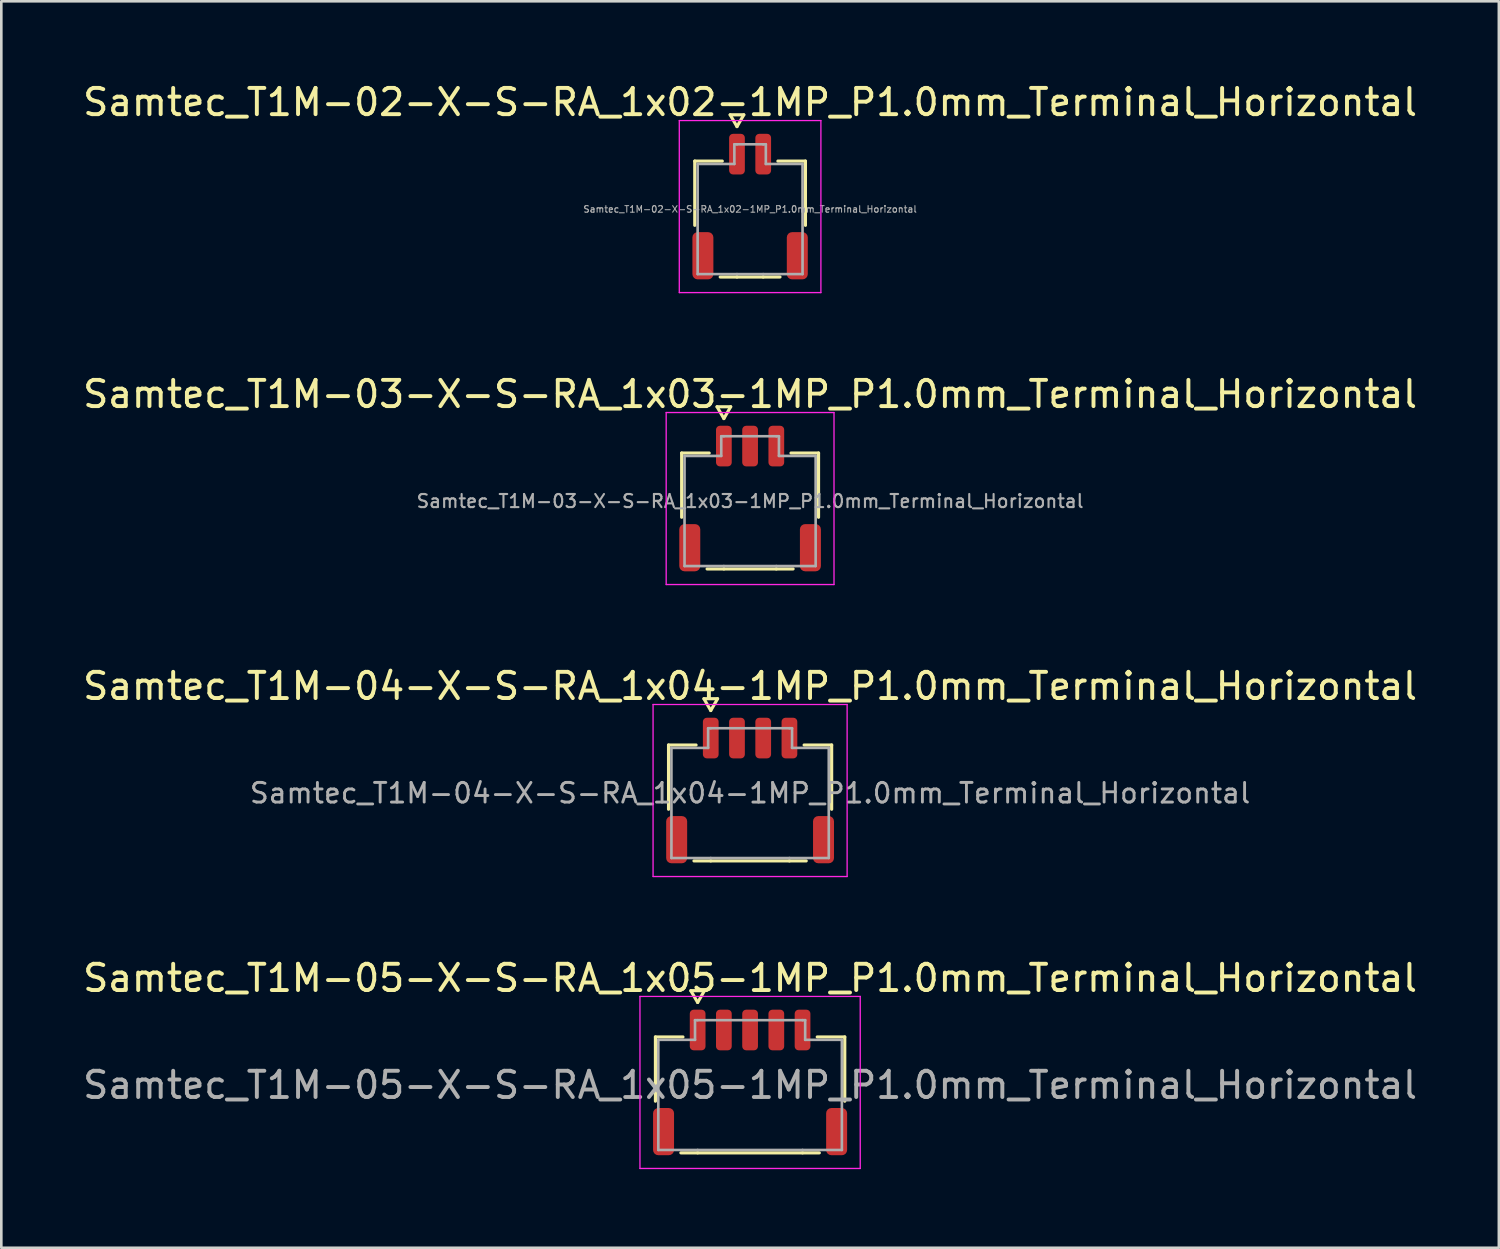
<source format=kicad_pcb>
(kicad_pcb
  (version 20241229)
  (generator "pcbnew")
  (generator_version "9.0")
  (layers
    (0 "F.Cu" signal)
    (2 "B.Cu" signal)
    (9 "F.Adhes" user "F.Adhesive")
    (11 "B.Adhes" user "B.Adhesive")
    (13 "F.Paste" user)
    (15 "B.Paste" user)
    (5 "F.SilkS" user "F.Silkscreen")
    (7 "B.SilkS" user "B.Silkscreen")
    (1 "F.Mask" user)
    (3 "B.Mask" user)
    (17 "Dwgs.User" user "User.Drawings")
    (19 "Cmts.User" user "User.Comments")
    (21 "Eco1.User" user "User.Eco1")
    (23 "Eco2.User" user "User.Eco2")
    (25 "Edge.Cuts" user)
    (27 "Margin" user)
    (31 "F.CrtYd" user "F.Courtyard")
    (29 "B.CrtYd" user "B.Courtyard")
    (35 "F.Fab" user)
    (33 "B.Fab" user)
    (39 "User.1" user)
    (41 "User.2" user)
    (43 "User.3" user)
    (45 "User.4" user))
  (footprint "Samtec_T1M-03-X-S-RA_1x03-1MP_P1.0mm_Terminal_Horizontal"
    (layer "F.Cu")
    (at 25.554 16.061)
    (property "Reference" "Samtec_T1M-03-X-S-RA_1x03-1MP_P1.0mm_Terminal_Horizontal" (at 0 -4.08 0) (layer "F.SilkS") (effects (font (size 1 1) (thickness 0.15))))
    (attr smd)
    (fp_line (start -2.61 -1.835) (end -1.56 -1.835) (stroke (width 0.12) (type solid)) (layer "F.SilkS"))
    (fp_line (start -2.61 0.615) (end -2.61 -1.835) (stroke (width 0.12) (type solid)) (layer "F.SilkS"))
    (fp_line (start -1.26 -3.6) (end -1 -3.15) (stroke (width 0.12) (type solid)) (layer "F.SilkS"))
    (fp_line (start -1 -3.15) (end -0.74 -3.6) (stroke (width 0.12) (type solid)) (layer "F.SilkS"))
    (fp_line (start -1 2.585) (end -1.64 2.585) (stroke (width 0.12) (type solid)) (layer "F.SilkS"))
    (fp_line (start -0.74 -3.6) (end -1.26 -3.6) (stroke (width 0.12) (type solid)) (layer "F.SilkS"))
    (fp_line (start 1 2.585) (end -1 2.585) (stroke (width 0.12) (type solid)) (layer "F.SilkS"))
    (fp_line (start 1.56 -1.835) (end 2.61 -1.835) (stroke (width 0.12) (type solid)) (layer "F.SilkS"))
    (fp_line (start 1.64 2.585) (end 1 2.585) (stroke (width 0.12) (type solid)) (layer "F.SilkS"))
    (fp_line (start 2.61 -1.835) (end 2.61 0.615) (stroke (width 0.12) (type solid)) (layer "F.SilkS"))
    (fp_line (start -3.2 -3.38) (end -3.2 3.18) (stroke (width 0.05) (type solid)) (layer "F.CrtYd"))
    (fp_line (start -3.2 3.18) (end 3.2 3.18) (stroke (width 0.05) (type solid)) (layer "F.CrtYd"))
    (fp_line (start 3.2 -3.38) (end -3.2 -3.38) (stroke (width 0.05) (type solid)) (layer "F.CrtYd"))
    (fp_line (start 3.2 3.18) (end 3.2 -3.38) (stroke (width 0.05) (type solid)) (layer "F.CrtYd"))
    (fp_line (start -2.5 -1.725) (end -1.1 -1.725) (stroke (width 0.1) (type solid)) (layer "F.Fab"))
    (fp_line (start -2.5 2.475) (end -2.5 -1.725) (stroke (width 0.1) (type solid)) (layer "F.Fab"))
    (fp_line (start -1.1 -2.475) (end -1 -2.475) (stroke (width 0.1) (type solid)) (layer "F.Fab"))
    (fp_line (start -1.1 -1.725) (end -1.1 -2.475) (stroke (width 0.1) (type solid)) (layer "F.Fab"))
    (fp_line (start -1 -2.475) (end 1 -2.475) (stroke (width 0.1) (type solid)) (layer "F.Fab"))
    (fp_line (start -1 2.475) (end -2.5 2.475) (stroke (width 0.1) (type solid)) (layer "F.Fab"))
    (fp_line (start 1 -2.475) (end 1.1 -2.475) (stroke (width 0.1) (type solid)) (layer "F.Fab"))
    (fp_line (start 1 2.475) (end -1 2.475) (stroke (width 0.1) (type solid)) (layer "F.Fab"))
    (fp_line (start 1.1 -2.475) (end 1.1 -1.725) (stroke (width 0.1) (type solid)) (layer "F.Fab"))
    (fp_line (start 1.1 -1.725) (end 2.5 -1.725) (stroke (width 0.1) (type solid)) (layer "F.Fab"))
    (fp_line (start 2.5 -1.725) (end 2.5 2.475) (stroke (width 0.1) (type solid)) (layer "F.Fab"))
    (fp_line (start 2.5 2.475) (end 1 2.475) (stroke (width 0.1) (type solid)) (layer "F.Fab"))
    (fp_text user "${REFERENCE}" (at 0 0 0) (layer "F.Fab") (effects (font (size 0.5 0.5) (thickness 0.08))))
    (pad "1" smd roundrect (at -1 -2.1) (size 0.6 1.55) (layers "F.Cu" "F.Mask" "F.Paste") (roundrect_rratio 0.25))
    (pad "2" smd roundrect (at 0 -2.1) (size 0.6 1.55) (layers "F.Cu" "F.Mask" "F.Paste") (roundrect_rratio 0.25))
    (pad "3" smd roundrect (at 1 -2.1) (size 0.6 1.55) (layers "F.Cu" "F.Mask" "F.Paste") (roundrect_rratio 0.25))
    (pad "MP" smd roundrect (at -2.3 1.775) (size 0.8 1.8) (layers "F.Cu" "F.Mask" "F.Paste") (roundrect_rratio 0.25))
    (pad "MP" smd roundrect (at 2.3 1.775) (size 0.8 1.8) (layers "F.Cu" "F.Mask" "F.Paste") (roundrect_rratio 0.25)))
  (footprint "Samtec_T1M-05-X-S-RA_1x05-1MP_P1.0mm_Terminal_Horizontal"
    (layer "F.Cu")
    (at 25.554 38.328)
    (property "Reference" "Samtec_T1M-05-X-S-RA_1x05-1MP_P1.0mm_Terminal_Horizontal" (at 0 -4.08 0) (layer "F.SilkS") (effects (font (size 1 1) (thickness 0.15))))
    (attr smd)
    (fp_line (start -3.61 -1.835) (end -2.56 -1.835) (stroke (width 0.12) (type solid)) (layer "F.SilkS"))
    (fp_line (start -3.61 0.615) (end -3.61 -1.835) (stroke (width 0.12) (type solid)) (layer "F.SilkS"))
    (fp_line (start -2.26 -3.6) (end -2 -3.15) (stroke (width 0.12) (type solid)) (layer "F.SilkS"))
    (fp_line (start -2 -3.15) (end -1.74 -3.6) (stroke (width 0.12) (type solid)) (layer "F.SilkS"))
    (fp_line (start -2 2.585) (end -2.64 2.585) (stroke (width 0.12) (type solid)) (layer "F.SilkS"))
    (fp_line (start -1.74 -3.6) (end -2.26 -3.6) (stroke (width 0.12) (type solid)) (layer "F.SilkS"))
    (fp_line (start 2 2.585) (end -2 2.585) (stroke (width 0.12) (type solid)) (layer "F.SilkS"))
    (fp_line (start 2.56 -1.835) (end 3.61 -1.835) (stroke (width 0.12) (type solid)) (layer "F.SilkS"))
    (fp_line (start 2.64 2.585) (end 2 2.585) (stroke (width 0.12) (type solid)) (layer "F.SilkS"))
    (fp_line (start 3.61 -1.835) (end 3.61 0.615) (stroke (width 0.12) (type solid)) (layer "F.SilkS"))
    (fp_line (start -4.2 -3.38) (end -4.2 3.18) (stroke (width 0.05) (type solid)) (layer "F.CrtYd"))
    (fp_line (start -4.2 3.18) (end 4.2 3.18) (stroke (width 0.05) (type solid)) (layer "F.CrtYd"))
    (fp_line (start 4.2 -3.38) (end -4.2 -3.38) (stroke (width 0.05) (type solid)) (layer "F.CrtYd"))
    (fp_line (start 4.2 3.18) (end 4.2 -3.38) (stroke (width 0.05) (type solid)) (layer "F.CrtYd"))
    (fp_line (start -3.5 -1.725) (end -2.1 -1.725) (stroke (width 0.1) (type solid)) (layer "F.Fab"))
    (fp_line (start -3.5 2.475) (end -3.5 -1.725) (stroke (width 0.1) (type solid)) (layer "F.Fab"))
    (fp_line (start -2.1 -2.475) (end -2 -2.475) (stroke (width 0.1) (type solid)) (layer "F.Fab"))
    (fp_line (start -2.1 -1.725) (end -2.1 -2.475) (stroke (width 0.1) (type solid)) (layer "F.Fab"))
    (fp_line (start -2 -2.475) (end 2 -2.475) (stroke (width 0.1) (type solid)) (layer "F.Fab"))
    (fp_line (start -2 2.475) (end -3.5 2.475) (stroke (width 0.1) (type solid)) (layer "F.Fab"))
    (fp_line (start 2 -2.475) (end 2.1 -2.475) (stroke (width 0.1) (type solid)) (layer "F.Fab"))
    (fp_line (start 2 2.475) (end -2 2.475) (stroke (width 0.1) (type solid)) (layer "F.Fab"))
    (fp_line (start 2.1 -2.475) (end 2.1 -1.725) (stroke (width 0.1) (type solid)) (layer "F.Fab"))
    (fp_line (start 2.1 -1.725) (end 3.5 -1.725) (stroke (width 0.1) (type solid)) (layer "F.Fab"))
    (fp_line (start 3.5 -1.725) (end 3.5 2.475) (stroke (width 0.1) (type solid)) (layer "F.Fab"))
    (fp_line (start 3.5 2.475) (end 2 2.475) (stroke (width 0.1) (type solid)) (layer "F.Fab"))
    (fp_text user "${REFERENCE}" (at 0 0 0) (layer "F.Fab") (effects (font (size 1 1) (thickness 0.15))))
    (pad "1" smd roundrect (at -2 -2.1) (size 0.6 1.55) (layers "F.Cu" "F.Mask" "F.Paste") (roundrect_rratio 0.25))
    (pad "2" smd roundrect (at -1 -2.1) (size 0.6 1.55) (layers "F.Cu" "F.Mask" "F.Paste") (roundrect_rratio 0.25))
    (pad "3" smd roundrect (at 0 -2.1) (size 0.6 1.55) (layers "F.Cu" "F.Mask" "F.Paste") (roundrect_rratio 0.25))
    (pad "4" smd roundrect (at 1 -2.1) (size 0.6 1.55) (layers "F.Cu" "F.Mask" "F.Paste") (roundrect_rratio 0.25))
    (pad "5" smd roundrect (at 2 -2.1) (size 0.6 1.55) (layers "F.Cu" "F.Mask" "F.Paste") (roundrect_rratio 0.25))
    (pad "MP" smd roundrect (at -3.3 1.775) (size 0.8 1.8) (layers "F.Cu" "F.Mask" "F.Paste") (roundrect_rratio 0.25))
    (pad "MP" smd roundrect (at 3.3 1.775) (size 0.8 1.8) (layers "F.Cu" "F.Mask" "F.Paste") (roundrect_rratio 0.25)))
  (footprint "Samtec_T1M-02-X-S-RA_1x02-1MP_P1.0mm_Terminal_Horizontal"
    (layer "F.Cu")
    (at 25.554 4.928)
    (property "Reference" "Samtec_T1M-02-X-S-RA_1x02-1MP_P1.0mm_Terminal_Horizontal" (at 0 -4.08 0) (layer "F.SilkS") (effects (font (size 1 1) (thickness 0.15))))
    (attr smd)
    (fp_line (start -2.11 -1.835) (end -1.06 -1.835) (stroke (width 0.12) (type solid)) (layer "F.SilkS"))
    (fp_line (start -2.11 0.615) (end -2.11 -1.835) (stroke (width 0.12) (type solid)) (layer "F.SilkS"))
    (fp_line (start -0.76 -3.6) (end -0.5 -3.15) (stroke (width 0.12) (type solid)) (layer "F.SilkS"))
    (fp_line (start -0.5 -3.15) (end -0.24 -3.6) (stroke (width 0.12) (type solid)) (layer "F.SilkS"))
    (fp_line (start -0.5 2.585) (end -1.14 2.585) (stroke (width 0.12) (type solid)) (layer "F.SilkS"))
    (fp_line (start -0.24 -3.6) (end -0.76 -3.6) (stroke (width 0.12) (type solid)) (layer "F.SilkS"))
    (fp_line (start 0.5 2.585) (end -0.5 2.585) (stroke (width 0.12) (type solid)) (layer "F.SilkS"))
    (fp_line (start 1.06 -1.835) (end 2.11 -1.835) (stroke (width 0.12) (type solid)) (layer "F.SilkS"))
    (fp_line (start 1.14 2.585) (end 0.5 2.585) (stroke (width 0.12) (type solid)) (layer "F.SilkS"))
    (fp_line (start 2.11 -1.835) (end 2.11 0.615) (stroke (width 0.12) (type solid)) (layer "F.SilkS"))
    (fp_line (start -2.7 -3.38) (end -2.7 3.18) (stroke (width 0.05) (type solid)) (layer "F.CrtYd"))
    (fp_line (start -2.7 3.18) (end 2.7 3.18) (stroke (width 0.05) (type solid)) (layer "F.CrtYd"))
    (fp_line (start 2.7 -3.38) (end -2.7 -3.38) (stroke (width 0.05) (type solid)) (layer "F.CrtYd"))
    (fp_line (start 2.7 3.18) (end 2.7 -3.38) (stroke (width 0.05) (type solid)) (layer "F.CrtYd"))
    (fp_line (start -2 -1.725) (end -0.6 -1.725) (stroke (width 0.1) (type solid)) (layer "F.Fab"))
    (fp_line (start -2 2.475) (end -2 -1.725) (stroke (width 0.1) (type solid)) (layer "F.Fab"))
    (fp_line (start -0.6 -2.475) (end -0.5 -2.475) (stroke (width 0.1) (type solid)) (layer "F.Fab"))
    (fp_line (start -0.6 -1.725) (end -0.6 -2.475) (stroke (width 0.1) (type solid)) (layer "F.Fab"))
    (fp_line (start -0.5 -2.475) (end 0.5 -2.475) (stroke (width 0.1) (type solid)) (layer "F.Fab"))
    (fp_line (start -0.5 2.475) (end -2 2.475) (stroke (width 0.1) (type solid)) (layer "F.Fab"))
    (fp_line (start 0.5 -2.475) (end 0.6 -2.475) (stroke (width 0.1) (type solid)) (layer "F.Fab"))
    (fp_line (start 0.5 2.475) (end -0.5 2.475) (stroke (width 0.1) (type solid)) (layer "F.Fab"))
    (fp_line (start 0.6 -2.475) (end 0.6 -1.725) (stroke (width 0.1) (type solid)) (layer "F.Fab"))
    (fp_line (start 0.6 -1.725) (end 2 -1.725) (stroke (width 0.1) (type solid)) (layer "F.Fab"))
    (fp_line (start 2 -1.725) (end 2 2.475) (stroke (width 0.1) (type solid)) (layer "F.Fab"))
    (fp_line (start 2 2.475) (end 0.5 2.475) (stroke (width 0.1) (type solid)) (layer "F.Fab"))
    (fp_text user "${REFERENCE}" (at 0 0 0) (layer "F.Fab") (effects (font (size 0.25 0.25) (thickness 0.04))))
    (pad "1" smd roundrect (at -0.5 -2.1) (size 0.6 1.55) (layers "F.Cu" "F.Mask" "F.Paste") (roundrect_rratio 0.25))
    (pad "2" smd roundrect (at 0.5 -2.1) (size 0.6 1.55) (layers "F.Cu" "F.Mask" "F.Paste") (roundrect_rratio 0.25))
    (pad "MP" smd roundrect (at -1.8 1.775) (size 0.8 1.8) (layers "F.Cu" "F.Mask" "F.Paste") (roundrect_rratio 0.25))
    (pad "MP" smd roundrect (at 1.8 1.775) (size 0.8 1.8) (layers "F.Cu" "F.Mask" "F.Paste") (roundrect_rratio 0.25)))
  (footprint "Samtec_T1M-04-X-S-RA_1x04-1MP_P1.0mm_Terminal_Horizontal"
    (layer "F.Cu")
    (at 25.554 27.195)
    (property "Reference" "Samtec_T1M-04-X-S-RA_1x04-1MP_P1.0mm_Terminal_Horizontal" (at 0 -4.08 0) (layer "F.SilkS") (effects (font (size 1 1) (thickness 0.15))))
    (attr smd)
    (fp_line (start -3.11 -1.835) (end -2.06 -1.835) (stroke (width 0.12) (type solid)) (layer "F.SilkS"))
    (fp_line (start -3.11 0.615) (end -3.11 -1.835) (stroke (width 0.12) (type solid)) (layer "F.SilkS"))
    (fp_line (start -1.76 -3.6) (end -1.5 -3.15) (stroke (width 0.12) (type solid)) (layer "F.SilkS"))
    (fp_line (start -1.5 -3.15) (end -1.24 -3.6) (stroke (width 0.12) (type solid)) (layer "F.SilkS"))
    (fp_line (start -1.5 2.585) (end -2.14 2.585) (stroke (width 0.12) (type solid)) (layer "F.SilkS"))
    (fp_line (start -1.24 -3.6) (end -1.76 -3.6) (stroke (width 0.12) (type solid)) (layer "F.SilkS"))
    (fp_line (start 1.5 2.585) (end -1.5 2.585) (stroke (width 0.12) (type solid)) (layer "F.SilkS"))
    (fp_line (start 2.06 -1.835) (end 3.11 -1.835) (stroke (width 0.12) (type solid)) (layer "F.SilkS"))
    (fp_line (start 2.14 2.585) (end 1.5 2.585) (stroke (width 0.12) (type solid)) (layer "F.SilkS"))
    (fp_line (start 3.11 -1.835) (end 3.11 0.615) (stroke (width 0.12) (type solid)) (layer "F.SilkS"))
    (fp_line (start -3.7 -3.38) (end -3.7 3.18) (stroke (width 0.05) (type solid)) (layer "F.CrtYd"))
    (fp_line (start -3.7 3.18) (end 3.7 3.18) (stroke (width 0.05) (type solid)) (layer "F.CrtYd"))
    (fp_line (start 3.7 -3.38) (end -3.7 -3.38) (stroke (width 0.05) (type solid)) (layer "F.CrtYd"))
    (fp_line (start 3.7 3.18) (end 3.7 -3.38) (stroke (width 0.05) (type solid)) (layer "F.CrtYd"))
    (fp_line (start -3 -1.725) (end -1.6 -1.725) (stroke (width 0.1) (type solid)) (layer "F.Fab"))
    (fp_line (start -3 2.475) (end -3 -1.725) (stroke (width 0.1) (type solid)) (layer "F.Fab"))
    (fp_line (start -1.6 -2.475) (end -1.5 -2.475) (stroke (width 0.1) (type solid)) (layer "F.Fab"))
    (fp_line (start -1.6 -1.725) (end -1.6 -2.475) (stroke (width 0.1) (type solid)) (layer "F.Fab"))
    (fp_line (start -1.5 -2.475) (end 1.5 -2.475) (stroke (width 0.1) (type solid)) (layer "F.Fab"))
    (fp_line (start -1.5 2.475) (end -3 2.475) (stroke (width 0.1) (type solid)) (layer "F.Fab"))
    (fp_line (start 1.5 -2.475) (end 1.6 -2.475) (stroke (width 0.1) (type solid)) (layer "F.Fab"))
    (fp_line (start 1.5 2.475) (end -1.5 2.475) (stroke (width 0.1) (type solid)) (layer "F.Fab"))
    (fp_line (start 1.6 -2.475) (end 1.6 -1.725) (stroke (width 0.1) (type solid)) (layer "F.Fab"))
    (fp_line (start 1.6 -1.725) (end 3 -1.725) (stroke (width 0.1) (type solid)) (layer "F.Fab"))
    (fp_line (start 3 -1.725) (end 3 2.475) (stroke (width 0.1) (type solid)) (layer "F.Fab"))
    (fp_line (start 3 2.475) (end 1.5 2.475) (stroke (width 0.1) (type solid)) (layer "F.Fab"))
    (fp_text user "${REFERENCE}" (at 0 0 0) (layer "F.Fab") (effects (font (size 0.75 0.75) (thickness 0.11))))
    (pad "1" smd roundrect (at -1.5 -2.1) (size 0.6 1.55) (layers "F.Cu" "F.Mask" "F.Paste") (roundrect_rratio 0.25))
    (pad "2" smd roundrect (at -0.5 -2.1) (size 0.6 1.55) (layers "F.Cu" "F.Mask" "F.Paste") (roundrect_rratio 0.25))
    (pad "3" smd roundrect (at 0.5 -2.1) (size 0.6 1.55) (layers "F.Cu" "F.Mask" "F.Paste") (roundrect_rratio 0.25))
    (pad "4" smd roundrect (at 1.5 -2.1) (size 0.6 1.55) (layers "F.Cu" "F.Mask" "F.Paste") (roundrect_rratio 0.25))
    (pad "MP" smd roundrect (at -2.8 1.775) (size 0.8 1.8) (layers "F.Cu" "F.Mask" "F.Paste") (roundrect_rratio 0.25))
    (pad "MP" smd roundrect (at 2.8 1.775) (size 0.8 1.8) (layers "F.Cu" "F.Mask" "F.Paste") (roundrect_rratio 0.25)))
  (gr_rect
    (start -3 -3)
    (end 54.107 44.533)
    (stroke (width 0.1) (type default))
    (fill no)
    (layer "Edge.Cuts")))
</source>
